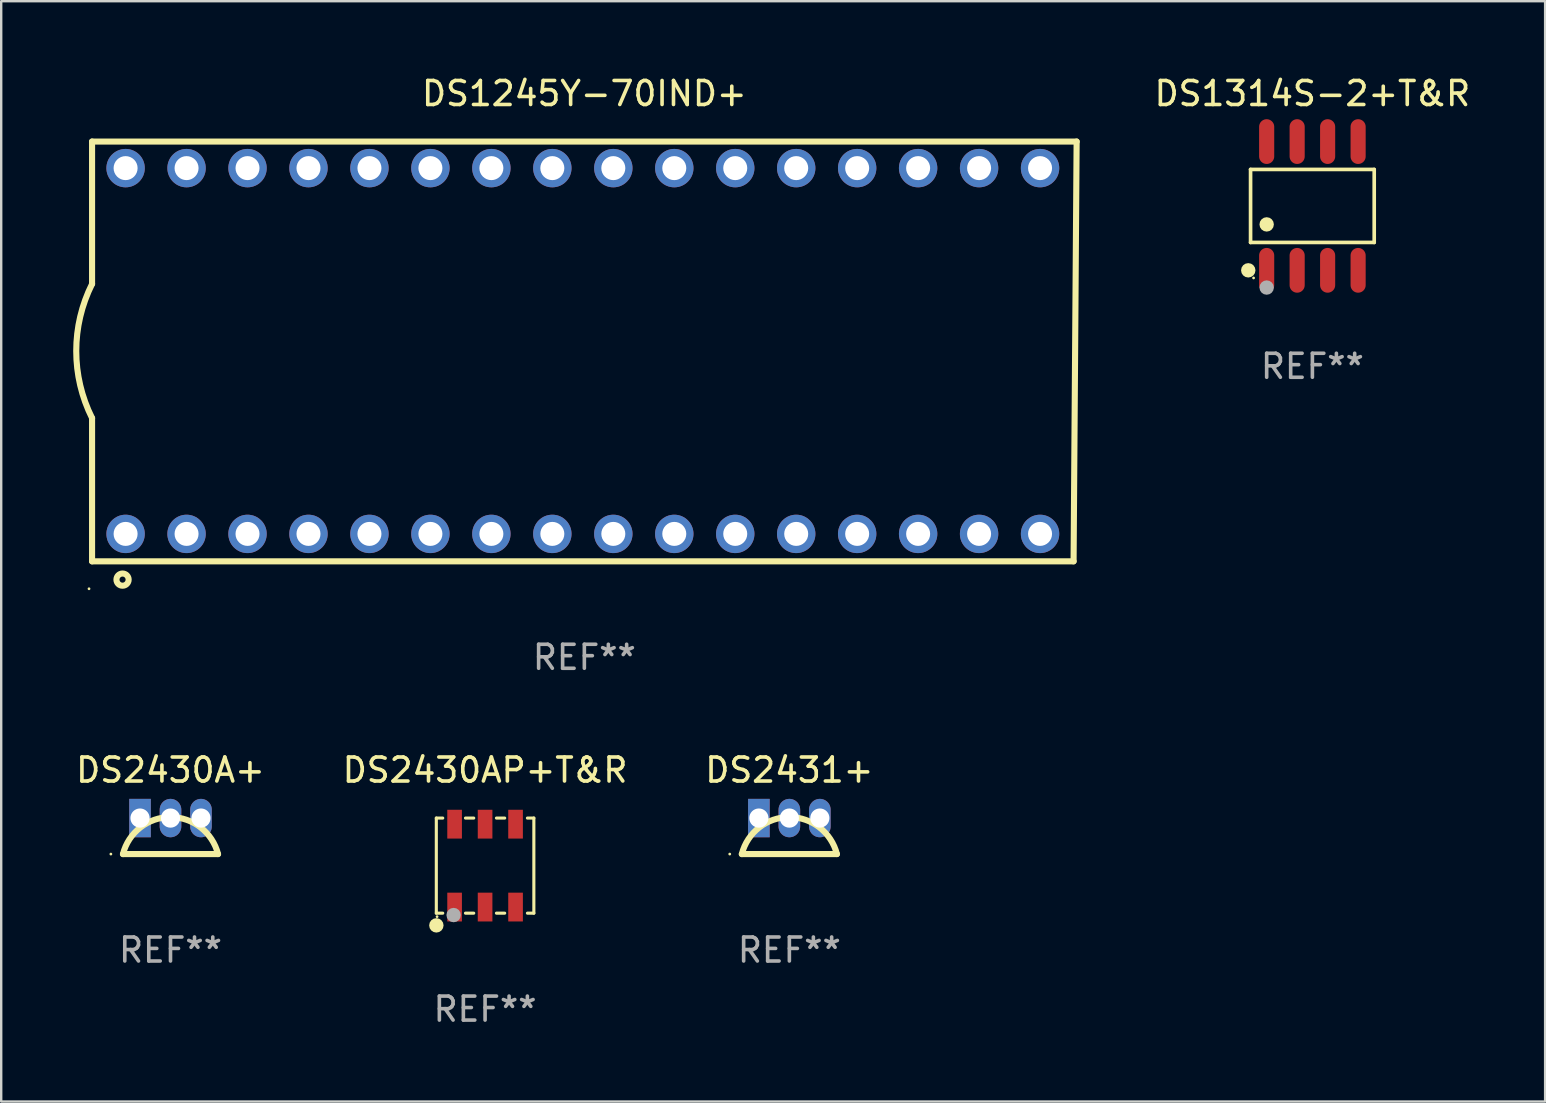
<source format=kicad_pcb>
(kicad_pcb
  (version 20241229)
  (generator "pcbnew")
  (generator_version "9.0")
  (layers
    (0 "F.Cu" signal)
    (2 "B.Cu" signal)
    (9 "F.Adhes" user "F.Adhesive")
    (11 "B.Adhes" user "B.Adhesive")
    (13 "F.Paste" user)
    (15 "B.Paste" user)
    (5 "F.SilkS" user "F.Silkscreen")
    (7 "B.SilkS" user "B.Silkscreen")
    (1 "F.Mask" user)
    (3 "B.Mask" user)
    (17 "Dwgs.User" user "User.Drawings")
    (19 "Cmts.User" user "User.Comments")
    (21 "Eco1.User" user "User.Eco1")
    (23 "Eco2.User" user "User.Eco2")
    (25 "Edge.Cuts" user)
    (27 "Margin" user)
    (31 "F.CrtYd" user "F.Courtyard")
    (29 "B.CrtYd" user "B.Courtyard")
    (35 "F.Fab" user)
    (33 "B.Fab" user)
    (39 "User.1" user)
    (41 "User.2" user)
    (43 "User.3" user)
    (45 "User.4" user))
  (footprint "DS1314S-2+T&R"
    (layer "F.Cu")
    (at 51.631 5.531)
    (property "Reference" "DS1314S-2+T&R" (at 0 -4.682 0) (layer "F.SilkS") (effects (font (size 1 1) (thickness 0.15))))
    (attr through_hole)
    (fp_line (start -2.576 -1.521) (end 2.576 -1.521) (stroke (width 0.152) (type solid)) (layer "F.SilkS"))
    (fp_line (start -2.576 1.521) (end -2.576 -1.521) (stroke (width 0.152) (type solid)) (layer "F.SilkS"))
    (fp_line (start 2.576 -1.521) (end 2.576 1.521) (stroke (width 0.152) (type solid)) (layer "F.SilkS"))
    (fp_line (start 2.576 1.521) (end -2.576 1.521) (stroke (width 0.152) (type solid)) (layer "F.SilkS"))
    (fp_circle (center -2.672 2.682) (end -2.522 2.682) (stroke (width 0.3) (type solid)) (fill no) (layer "F.SilkS"))
    (fp_circle (center -2.45 3) (end -2.42 3) (stroke (width 0.06) (type solid)) (fill no) (layer "F.SilkS"))
    (fp_circle (center -1.905 0.769) (end -1.755 0.769) (stroke (width 0.3) (type solid)) (fill no) (layer "F.SilkS"))
    (fp_circle (center -1.905 3.4) (end -1.755 3.4) (stroke (width 0.3) (type solid)) (fill no) (layer "F.Fab"))
    (fp_text user "REF**" (at 0 6.682 0) (layer "F.Fab") (effects (font (size 1 1) (thickness 0.15))))
    (pad "1" smd oval (at -1.905 2.682) (size 0.63 1.865) (layers "F.Cu" "F.Mask" "F.Paste"))
    (pad "2" smd oval (at -0.635 2.682) (size 0.63 1.865) (layers "F.Cu" "F.Mask" "F.Paste"))
    (pad "3" smd oval (at 0.635 2.682) (size 0.63 1.865) (layers "F.Cu" "F.Mask" "F.Paste"))
    (pad "4" smd oval (at 1.905 2.682) (size 0.63 1.865) (layers "F.Cu" "F.Mask" "F.Paste"))
    (pad "5" smd oval (at 1.905 -2.682) (size 0.63 1.865) (layers "F.Cu" "F.Mask" "F.Paste"))
    (pad "6" smd oval (at 0.635 -2.682) (size 0.63 1.865) (layers "F.Cu" "F.Mask" "F.Paste"))
    (pad "7" smd oval (at -0.635 -2.682) (size 0.63 1.865) (layers "F.Cu" "F.Mask" "F.Paste"))
    (pad "8" smd oval (at -1.905 -2.682) (size 0.63 1.865) (layers "F.Cu" "F.Mask" "F.Paste")))
  (footprint "DS2430AP+T&R"
    (layer "F.Cu")
    (at 17.161 33.016)
    (property "Reference" "DS2430AP+T&R" (at 0 -3.981 0) (layer "F.SilkS") (effects (font (size 1 1) (thickness 0.15))))
    (attr through_hole)
    (fp_line (start -2.032 -1.981) (end -2.032 1.981) (stroke (width 0.129) (type solid)) (layer "F.SilkS"))
    (fp_line (start -1.764 -1.981) (end -2.032 -1.981) (stroke (width 0.129) (type solid)) (layer "F.SilkS"))
    (fp_line (start -1.764 1.981) (end -2.032 1.981) (stroke (width 0.129) (type solid)) (layer "F.SilkS"))
    (fp_line (start -0.473 -1.981) (end -0.817 -1.981) (stroke (width 0.129) (type solid)) (layer "F.SilkS"))
    (fp_line (start -0.473 1.981) (end -0.817 1.981) (stroke (width 0.129) (type solid)) (layer "F.SilkS"))
    (fp_line (start 0.817 -1.981) (end 0.473 -1.981) (stroke (width 0.129) (type solid)) (layer "F.SilkS"))
    (fp_line (start 0.817 1.981) (end 0.473 1.981) (stroke (width 0.129) (type solid)) (layer "F.SilkS"))
    (fp_line (start 2.032 -1.981) (end 1.764 -1.981) (stroke (width 0.129) (type solid)) (layer "F.SilkS"))
    (fp_line (start 2.032 1.981) (end 1.764 1.981) (stroke (width 0.129) (type solid)) (layer "F.SilkS"))
    (fp_line (start 2.032 1.981) (end 2.032 -1.981) (stroke (width 0.129) (type solid)) (layer "F.SilkS"))
    (fp_circle (center -2.03 2.49) (end -1.88 2.49) (stroke (width 0.3) (type solid)) (fill no) (layer "F.SilkS"))
    (fp_circle (center -2 2.127) (end -1.97 2.127) (stroke (width 0.06) (type solid)) (fill no) (layer "F.SilkS"))
    (fp_circle (center -1.31 2.06) (end -1.16 2.06) (stroke (width 0.3) (type solid)) (fill no) (layer "F.Fab"))
    (fp_text user "REF**" (at 0 5.981 0) (layer "F.Fab") (effects (font (size 1 1) (thickness 0.15))))
    (pad "1" smd rect (at -1.27 1.727) (size 0.61 1.2) (layers "F.Cu" "F.Mask" "F.Paste"))
    (pad "2" smd rect (at 0 1.727) (size 0.61 1.2) (layers "F.Cu" "F.Mask" "F.Paste"))
    (pad "3" smd rect (at 1.27 1.727) (size 0.61 1.2) (layers "F.Cu" "F.Mask" "F.Paste"))
    (pad "4" smd rect (at 1.27 -1.727) (size 0.61 1.2) (layers "F.Cu" "F.Mask" "F.Paste"))
    (pad "5" smd rect (at 0 -1.727) (size 0.61 1.2) (layers "F.Cu" "F.Mask" "F.Paste"))
    (pad "6" smd rect (at -1.27 -1.727) (size 0.61 1.2) (layers "F.Cu" "F.Mask" "F.Paste")))
  (footprint "DS2430A+"
    (layer "F.Cu")
    (at 4.054 31.785)
    (property "Reference" "DS2430A+" (at 0 -2.75 0) (layer "F.SilkS") (effects (font (size 1 1) (thickness 0.15))))
    (attr through_hole)
    (fp_line (start 1.98 0.75) (end -1.98 0.75) (stroke (width 0.254) (type solid)) (layer "F.SilkS"))
    (fp_arc (start -1.981204 0.751206) (mid 0 -0.789989) (end 1.981204 0.751207) (stroke (width 0.254001) (type solid)) (layer "F.SilkS"))
    (fp_circle (center -2.484 0.75) (end -2.454 0.75) (stroke (width 0.06) (type solid)) (fill no) (layer "F.SilkS"))
    (fp_text user "REF**" (at 0 4.75 0) (layer "F.Fab") (effects (font (size 1 1) (thickness 0.15))))
    (pad "1" thru_hole rect (at -1.27 -0.75) (size 0.9 1.6) (drill 0.8) (layers "*.Cu" "*.Mask"))
    (pad "2" thru_hole oval (at 0 -0.75) (size 0.9 1.6) (drill 0.8) (layers "*.Cu" "*.Mask"))
    (pad "3" thru_hole oval (at 1.27 -0.75) (size 0.9 1.6) (drill 0.8) (layers "*.Cu" "*.Mask")))
  (footprint "DS2431+"
    (layer "F.Cu")
    (at 29.839 31.785)
    (property "Reference" "DS2431+" (at 0 -2.75 0) (layer "F.SilkS") (effects (font (size 1 1) (thickness 0.15))))
    (attr through_hole)
    (fp_line (start 1.98 0.75) (end -1.98 0.75) (stroke (width 0.254) (type solid)) (layer "F.SilkS"))
    (fp_arc (start -1.981204 0.751206) (mid 0 -0.789989) (end 1.981204 0.751207) (stroke (width 0.254001) (type solid)) (layer "F.SilkS"))
    (fp_circle (center -2.484 0.75) (end -2.454 0.75) (stroke (width 0.06) (type solid)) (fill no) (layer "F.SilkS"))
    (fp_text user "REF**" (at 0 4.75 0) (layer "F.Fab") (effects (font (size 1 1) (thickness 0.15))))
    (pad "1" thru_hole rect (at -1.27 -0.75) (size 0.9 1.6) (drill 0.8) (layers "*.Cu" "*.Mask"))
    (pad "2" thru_hole oval (at 0 -0.75) (size 0.9 1.6) (drill 0.8) (layers "*.Cu" "*.Mask"))
    (pad "3" thru_hole oval (at 1.27 -0.75) (size 0.9 1.6) (drill 0.8) (layers "*.Cu" "*.Mask")))
  (footprint "DS1245Y-70IND+"
    (layer "F.Cu")
    (at 21.297 11.593)
    (property "Reference" "DS1245Y-70IND+" (at 0 -10.745 0) (layer "F.SilkS") (effects (font (size 1 1) (thickness 0.15))))
    (attr through_hole)
    (fp_line (start -20.511 -8.745) (end -20.511 -2.812) (stroke (width 0.254) (type solid)) (layer "F.SilkS"))
    (fp_line (start -20.511 8.745) (end -20.511 2.776) (stroke (width 0.254) (type solid)) (layer "F.SilkS"))
    (fp_line (start 20.384 8.745) (end -20.511 8.745) (stroke (width 0.254) (type solid)) (layer "F.SilkS"))
    (fp_line (start 20.384 8.745) (end 20.511 -8.745) (stroke (width 0.254) (type solid)) (layer "F.SilkS"))
    (fp_line (start 20.511 -8.745) (end -20.511 -8.745) (stroke (width 0.254) (type solid)) (layer "F.SilkS"))
    (fp_arc (start -20.510541 2.776022) (mid -21.170116 -0.017983) (end -20.510541 -2.811989) (stroke (width 0.254001) (type solid)) (layer "F.SilkS"))
    (fp_circle (center -20.638 9.888) (end -20.608 9.888) (stroke (width 0.06) (type solid)) (fill no) (layer "F.SilkS"))
    (fp_circle (center -19.241 9.507) (end -18.987 9.507) (stroke (width 0.254) (type solid)) (fill no) (layer "F.SilkS"))
    (fp_text user "REF**" (at 0 12.745 0) (layer "F.Fab") (effects (font (size 1 1) (thickness 0.15))))
    (pad "1" thru_hole circle (at -19.114 7.602) (size 1.6 1.6) (drill 1) (layers "*.Cu" "*.Mask"))
    (pad "2" thru_hole circle (at -16.574 7.602) (size 1.6 1.6) (drill 1) (layers "*.Cu" "*.Mask"))
    (pad "3" thru_hole circle (at -14.034 7.602) (size 1.6 1.6) (drill 1) (layers "*.Cu" "*.Mask"))
    (pad "4" thru_hole circle (at -11.494 7.602) (size 1.6 1.6) (drill 1) (layers "*.Cu" "*.Mask"))
    (pad "5" thru_hole circle (at -8.954 7.602) (size 1.6 1.6) (drill 1) (layers "*.Cu" "*.Mask"))
    (pad "6" thru_hole circle (at -6.414 7.602) (size 1.6 1.6) (drill 1) (layers "*.Cu" "*.Mask"))
    (pad "7" thru_hole circle (at -3.874 7.602) (size 1.6 1.6) (drill 1) (layers "*.Cu" "*.Mask"))
    (pad "8" thru_hole circle (at -1.334 7.602) (size 1.6 1.6) (drill 1) (layers "*.Cu" "*.Mask"))
    (pad "9" thru_hole circle (at 1.207 7.602) (size 1.6 1.6) (drill 1) (layers "*.Cu" "*.Mask"))
    (pad "10" thru_hole circle (at 3.747 7.602) (size 1.6 1.6) (drill 1) (layers "*.Cu" "*.Mask"))
    (pad "11" thru_hole circle (at 6.287 7.602) (size 1.6 1.6) (drill 1) (layers "*.Cu" "*.Mask"))
    (pad "12" thru_hole circle (at 8.827 7.602) (size 1.6 1.6) (drill 1) (layers "*.Cu" "*.Mask"))
    (pad "13" thru_hole circle (at 11.367 7.602) (size 1.6 1.6) (drill 1) (layers "*.Cu" "*.Mask"))
    (pad "14" thru_hole circle (at 13.907 7.602) (size 1.6 1.6) (drill 1) (layers "*.Cu" "*.Mask"))
    (pad "15" thru_hole circle (at 16.447 7.602) (size 1.6 1.6) (drill 1) (layers "*.Cu" "*.Mask"))
    (pad "16" thru_hole circle (at 18.987 7.602) (size 1.6 1.6) (drill 1) (layers "*.Cu" "*.Mask"))
    (pad "17" thru_hole circle (at 18.987 -7.638) (size 1.6 1.6) (drill 1) (layers "*.Cu" "*.Mask"))
    (pad "18" thru_hole circle (at 16.447 -7.638) (size 1.6 1.6) (drill 1) (layers "*.Cu" "*.Mask"))
    (pad "19" thru_hole circle (at 13.907 -7.638) (size 1.6 1.6) (drill 1) (layers "*.Cu" "*.Mask"))
    (pad "20" thru_hole circle (at 11.367 -7.638) (size 1.6 1.6) (drill 1) (layers "*.Cu" "*.Mask"))
    (pad "21" thru_hole circle (at 8.827 -7.638) (size 1.6 1.6) (drill 1) (layers "*.Cu" "*.Mask"))
    (pad "22" thru_hole circle (at 6.287 -7.638) (size 1.6 1.6) (drill 1) (layers "*.Cu" "*.Mask"))
    (pad "23" thru_hole circle (at 3.747 -7.638) (size 1.6 1.6) (drill 1) (layers "*.Cu" "*.Mask"))
    (pad "24" thru_hole circle (at 1.207 -7.638) (size 1.6 1.6) (drill 1) (layers "*.Cu" "*.Mask"))
    (pad "25" thru_hole circle (at -1.334 -7.638) (size 1.6 1.6) (drill 1) (layers "*.Cu" "*.Mask"))
    (pad "26" thru_hole circle (at -3.874 -7.638) (size 1.6 1.6) (drill 1) (layers "*.Cu" "*.Mask"))
    (pad "27" thru_hole circle (at -6.414 -7.638) (size 1.6 1.6) (drill 1) (layers "*.Cu" "*.Mask"))
    (pad "28" thru_hole circle (at -8.954 -7.638) (size 1.6 1.6) (drill 1) (layers "*.Cu" "*.Mask"))
    (pad "29" thru_hole circle (at -11.494 -7.638) (size 1.6 1.6) (drill 1) (layers "*.Cu" "*.Mask"))
    (pad "30" thru_hole circle (at -14.034 -7.638) (size 1.6 1.6) (drill 1) (layers "*.Cu" "*.Mask"))
    (pad "31" thru_hole circle (at -16.574 -7.638) (size 1.6 1.6) (drill 1) (layers "*.Cu" "*.Mask"))
    (pad "32" thru_hole circle (at -19.114 -7.638) (size 1.6 1.6) (drill 1) (layers "*.Cu" "*.Mask")))
  (gr_rect
    (start -3 -3)
    (end 61.328 42.845)
    (stroke (width 0.1) (type default))
    (fill no)
    (layer "Edge.Cuts")))
</source>
